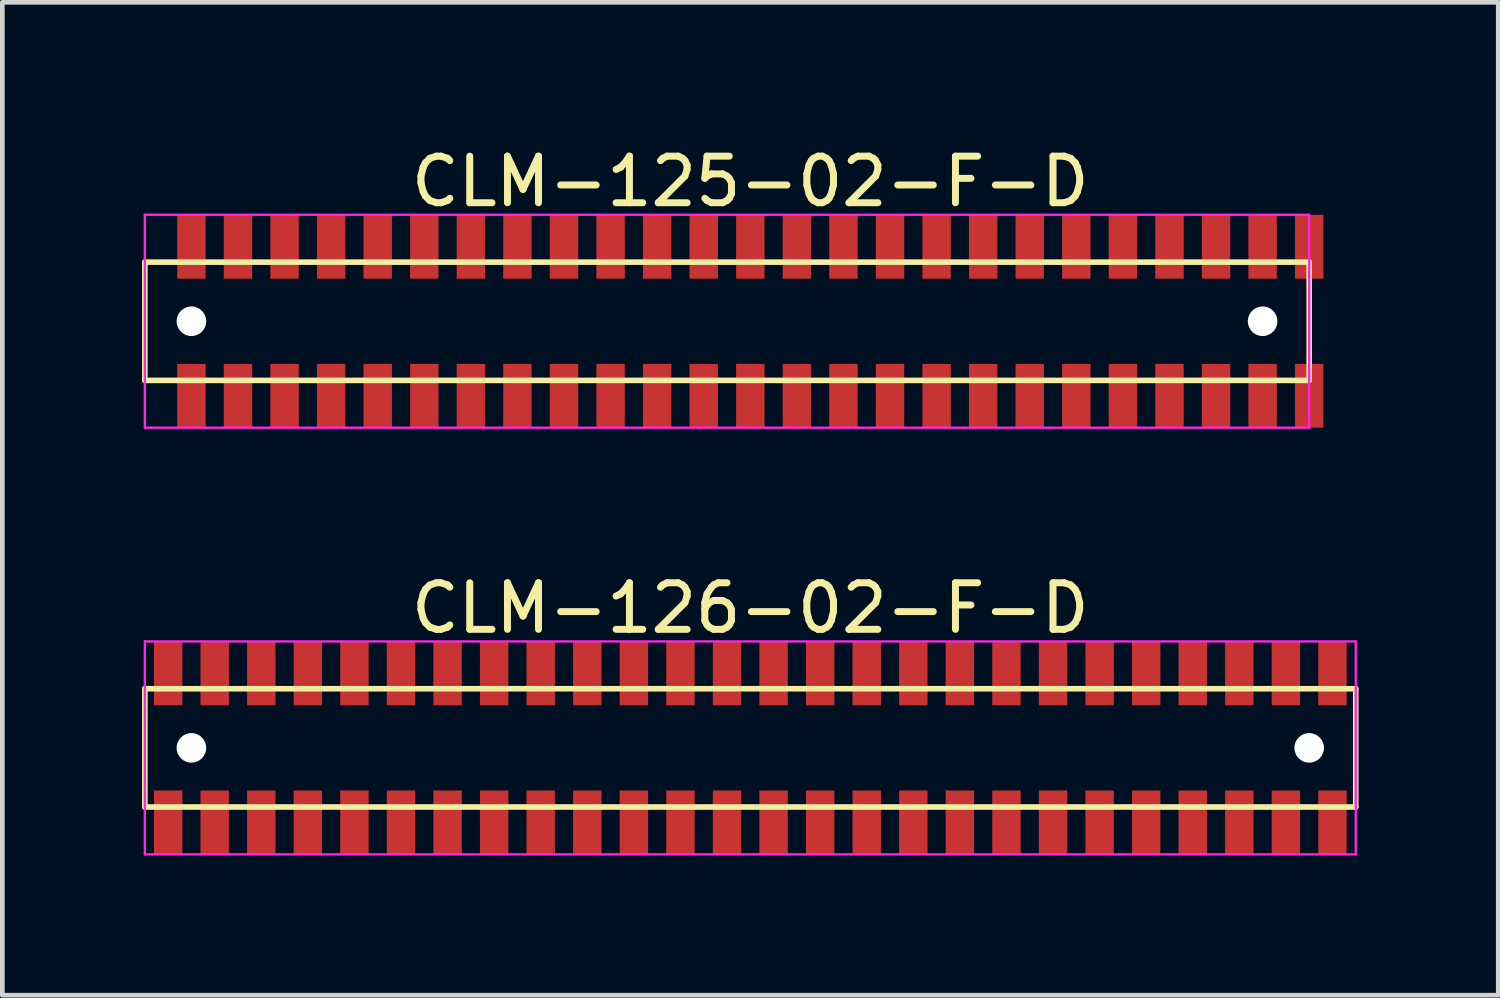
<source format=kicad_pcb>
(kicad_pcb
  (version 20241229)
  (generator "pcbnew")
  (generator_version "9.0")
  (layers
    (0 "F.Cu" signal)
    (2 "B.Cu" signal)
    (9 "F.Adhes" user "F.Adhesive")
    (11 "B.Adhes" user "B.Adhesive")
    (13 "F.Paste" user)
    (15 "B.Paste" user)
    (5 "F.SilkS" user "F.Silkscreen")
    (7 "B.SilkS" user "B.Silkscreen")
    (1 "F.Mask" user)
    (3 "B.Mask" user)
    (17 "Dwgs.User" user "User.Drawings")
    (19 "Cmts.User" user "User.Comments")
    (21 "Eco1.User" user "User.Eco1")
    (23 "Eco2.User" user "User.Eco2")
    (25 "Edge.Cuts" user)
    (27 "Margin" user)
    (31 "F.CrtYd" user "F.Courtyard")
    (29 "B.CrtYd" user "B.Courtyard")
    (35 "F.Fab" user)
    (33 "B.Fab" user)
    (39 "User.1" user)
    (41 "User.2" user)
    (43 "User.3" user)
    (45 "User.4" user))
  (footprint "CLM-126-02-F-D"
    (layer "F.Cu")
    (at 13.06 13.008)
    (property "Reference" "CLM-126-02-F-D" (at 0 -3 0) (layer "F.SilkS") (effects (font (size 1 1) (thickness 0.15))))
    (attr through_hole)
    (fp_line (start -13 -1.27) (end -13 1.27) (stroke (width 0.12) (type solid)) (layer "F.SilkS"))
    (fp_line (start -13 1.27) (end 13 1.27) (stroke (width 0.12) (type solid)) (layer "F.SilkS"))
    (fp_line (start 13 -1.27) (end -13 -1.27) (stroke (width 0.12) (type solid)) (layer "F.SilkS"))
    (fp_line (start 13 1.27) (end 13 -1.27) (stroke (width 0.12) (type solid)) (layer "F.SilkS"))
    (fp_line (start -13 -2.286) (end -13 2.286) (stroke (width 0.05) (type solid)) (layer "F.CrtYd"))
    (fp_line (start -13 2.286) (end 13 2.286) (stroke (width 0.05) (type solid)) (layer "F.CrtYd"))
    (fp_line (start 13 -2.286) (end -13 -2.286) (stroke (width 0.05) (type solid)) (layer "F.CrtYd"))
    (fp_line (start 13 2.286) (end 13 -2.286) (stroke (width 0.05) (type solid)) (layer "F.CrtYd"))
    (pad "" np_thru_hole circle (at -12 0) (size 0.635 0.635) (drill 0.635) (layers "*.Cu" "*.Mask"))
    (pad "" np_thru_hole circle (at 12 0) (size 0.635 0.635) (drill 0.635) (layers "*.Cu" "*.Mask"))
    (pad "1" smd rect (at -12.5 -1.6) (size 0.61 1.37) (layers "F.Cu" "F.Mask" "F.Paste"))
    (pad "2" smd rect (at -12.5 1.6) (size 0.61 1.37) (layers "F.Cu" "F.Mask" "F.Paste"))
    (pad "3" smd rect (at -11.5 -1.6) (size 0.61 1.37) (layers "F.Cu" "F.Mask" "F.Paste"))
    (pad "4" smd rect (at -11.5 1.6) (size 0.61 1.37) (layers "F.Cu" "F.Mask" "F.Paste"))
    (pad "5" smd rect (at -10.5 -1.6) (size 0.61 1.37) (layers "F.Cu" "F.Mask" "F.Paste"))
    (pad "6" smd rect (at -10.5 1.6) (size 0.61 1.37) (layers "F.Cu" "F.Mask" "F.Paste"))
    (pad "7" smd rect (at -9.5 -1.6) (size 0.61 1.37) (layers "F.Cu" "F.Mask" "F.Paste"))
    (pad "8" smd rect (at -9.5 1.6) (size 0.61 1.37) (layers "F.Cu" "F.Mask" "F.Paste"))
    (pad "9" smd rect (at -8.5 -1.6) (size 0.61 1.37) (layers "F.Cu" "F.Mask" "F.Paste"))
    (pad "10" smd rect (at -8.5 1.6) (size 0.61 1.37) (layers "F.Cu" "F.Mask" "F.Paste"))
    (pad "11" smd rect (at -7.5 -1.6) (size 0.61 1.37) (layers "F.Cu" "F.Mask" "F.Paste"))
    (pad "12" smd rect (at -7.5 1.6) (size 0.61 1.37) (layers "F.Cu" "F.Mask" "F.Paste"))
    (pad "13" smd rect (at -6.5 -1.6) (size 0.61 1.37) (layers "F.Cu" "F.Mask" "F.Paste"))
    (pad "14" smd rect (at -6.5 1.6) (size 0.61 1.37) (layers "F.Cu" "F.Mask" "F.Paste"))
    (pad "15" smd rect (at -5.5 -1.6) (size 0.61 1.37) (layers "F.Cu" "F.Mask" "F.Paste"))
    (pad "16" smd rect (at -5.5 1.6) (size 0.61 1.37) (layers "F.Cu" "F.Mask" "F.Paste"))
    (pad "17" smd rect (at -4.5 -1.6) (size 0.61 1.37) (layers "F.Cu" "F.Mask" "F.Paste"))
    (pad "18" smd rect (at -4.5 1.6) (size 0.61 1.37) (layers "F.Cu" "F.Mask" "F.Paste"))
    (pad "19" smd rect (at -3.5 -1.6) (size 0.61 1.37) (layers "F.Cu" "F.Mask" "F.Paste"))
    (pad "20" smd rect (at -3.5 1.6) (size 0.61 1.37) (layers "F.Cu" "F.Mask" "F.Paste"))
    (pad "21" smd rect (at -2.5 -1.6) (size 0.61 1.37) (layers "F.Cu" "F.Mask" "F.Paste"))
    (pad "22" smd rect (at -2.5 1.6) (size 0.61 1.37) (layers "F.Cu" "F.Mask" "F.Paste"))
    (pad "23" smd rect (at -1.5 -1.6) (size 0.61 1.37) (layers "F.Cu" "F.Mask" "F.Paste"))
    (pad "24" smd rect (at -1.5 1.6) (size 0.61 1.37) (layers "F.Cu" "F.Mask" "F.Paste"))
    (pad "25" smd rect (at -0.5 -1.6) (size 0.61 1.37) (layers "F.Cu" "F.Mask" "F.Paste"))
    (pad "26" smd rect (at -0.5 1.6) (size 0.61 1.37) (layers "F.Cu" "F.Mask" "F.Paste"))
    (pad "27" smd rect (at 0.5 -1.6) (size 0.61 1.37) (layers "F.Cu" "F.Mask" "F.Paste"))
    (pad "28" smd rect (at 0.5 1.6) (size 0.61 1.37) (layers "F.Cu" "F.Mask" "F.Paste"))
    (pad "29" smd rect (at 1.5 -1.6) (size 0.61 1.37) (layers "F.Cu" "F.Mask" "F.Paste"))
    (pad "30" smd rect (at 1.5 1.6) (size 0.61 1.37) (layers "F.Cu" "F.Mask" "F.Paste"))
    (pad "31" smd rect (at 2.5 -1.6) (size 0.61 1.37) (layers "F.Cu" "F.Mask" "F.Paste"))
    (pad "32" smd rect (at 2.5 1.6) (size 0.61 1.37) (layers "F.Cu" "F.Mask" "F.Paste"))
    (pad "33" smd rect (at 3.5 -1.6) (size 0.61 1.37) (layers "F.Cu" "F.Mask" "F.Paste"))
    (pad "34" smd rect (at 3.5 1.6) (size 0.61 1.37) (layers "F.Cu" "F.Mask" "F.Paste"))
    (pad "35" smd rect (at 4.5 -1.6) (size 0.61 1.37) (layers "F.Cu" "F.Mask" "F.Paste"))
    (pad "36" smd rect (at 4.5 1.6) (size 0.61 1.37) (layers "F.Cu" "F.Mask" "F.Paste"))
    (pad "37" smd rect (at 5.5 -1.6) (size 0.61 1.37) (layers "F.Cu" "F.Mask" "F.Paste"))
    (pad "38" smd rect (at 5.5 1.6) (size 0.61 1.37) (layers "F.Cu" "F.Mask" "F.Paste"))
    (pad "39" smd rect (at 6.5 -1.6) (size 0.61 1.37) (layers "F.Cu" "F.Mask" "F.Paste"))
    (pad "40" smd rect (at 6.5 1.6) (size 0.61 1.37) (layers "F.Cu" "F.Mask" "F.Paste"))
    (pad "41" smd rect (at 7.5 -1.6) (size 0.61 1.37) (layers "F.Cu" "F.Mask" "F.Paste"))
    (pad "42" smd rect (at 7.5 1.6) (size 0.61 1.37) (layers "F.Cu" "F.Mask" "F.Paste"))
    (pad "43" smd rect (at 8.5 -1.6) (size 0.61 1.37) (layers "F.Cu" "F.Mask" "F.Paste"))
    (pad "44" smd rect (at 8.5 1.6) (size 0.61 1.37) (layers "F.Cu" "F.Mask" "F.Paste"))
    (pad "45" smd rect (at 9.5 -1.6) (size 0.61 1.37) (layers "F.Cu" "F.Mask" "F.Paste"))
    (pad "46" smd rect (at 9.5 1.6) (size 0.61 1.37) (layers "F.Cu" "F.Mask" "F.Paste"))
    (pad "47" smd rect (at 10.5 -1.6) (size 0.61 1.37) (layers "F.Cu" "F.Mask" "F.Paste"))
    (pad "48" smd rect (at 10.5 1.6) (size 0.61 1.37) (layers "F.Cu" "F.Mask" "F.Paste"))
    (pad "49" smd rect (at 11.5 -1.6) (size 0.61 1.37) (layers "F.Cu" "F.Mask" "F.Paste"))
    (pad "50" smd rect (at 11.5 1.6) (size 0.61 1.37) (layers "F.Cu" "F.Mask" "F.Paste"))
    (pad "51" smd rect (at 12.5 -1.6) (size 0.61 1.37) (layers "F.Cu" "F.Mask" "F.Paste"))
    (pad "52" smd rect (at 12.5 1.6) (size 0.61 1.37) (layers "F.Cu" "F.Mask" "F.Paste")))
  (footprint "CLM-125-02-F-D"
    (layer "F.Cu")
    (at 13.06 3.848)
    (property "Reference" "CLM-125-02-F-D" (at 0 -3 0) (layer "F.SilkS") (effects (font (size 1 1) (thickness 0.15))))
    (attr through_hole)
    (fp_line (start -13 -1.27) (end -13 1.27) (stroke (width 0.12) (type solid)) (layer "F.SilkS"))
    (fp_line (start -13 1.27) (end 12 1.27) (stroke (width 0.12) (type solid)) (layer "F.SilkS"))
    (fp_line (start 12 -1.27) (end -13 -1.27) (stroke (width 0.12) (type solid)) (layer "F.SilkS"))
    (fp_line (start 12 1.27) (end 12 -1.27) (stroke (width 0.12) (type solid)) (layer "F.SilkS"))
    (fp_line (start -13 -2.286) (end -13 2.286) (stroke (width 0.05) (type solid)) (layer "F.CrtYd"))
    (fp_line (start -13 2.286) (end 12 2.286) (stroke (width 0.05) (type solid)) (layer "F.CrtYd"))
    (fp_line (start 12 -2.286) (end -13 -2.286) (stroke (width 0.05) (type solid)) (layer "F.CrtYd"))
    (fp_line (start 12 2.286) (end 12 -2.286) (stroke (width 0.05) (type solid)) (layer "F.CrtYd"))
    (pad "" np_thru_hole circle (at -12 0) (size 0.635 0.635) (drill 0.635) (layers "*.Cu" "*.Mask"))
    (pad "" np_thru_hole circle (at 11 0) (size 0.635 0.635) (drill 0.635) (layers "*.Cu" "*.Mask"))
    (pad "1" smd rect (at -12 -1.6) (size 0.61 1.37) (layers "F.Cu" "F.Mask" "F.Paste"))
    (pad "2" smd rect (at -12 1.6) (size 0.61 1.37) (layers "F.Cu" "F.Mask" "F.Paste"))
    (pad "3" smd rect (at -11 -1.6) (size 0.61 1.37) (layers "F.Cu" "F.Mask" "F.Paste"))
    (pad "4" smd rect (at -11 1.6) (size 0.61 1.37) (layers "F.Cu" "F.Mask" "F.Paste"))
    (pad "5" smd rect (at -10 -1.6) (size 0.61 1.37) (layers "F.Cu" "F.Mask" "F.Paste"))
    (pad "6" smd rect (at -10 1.6) (size 0.61 1.37) (layers "F.Cu" "F.Mask" "F.Paste"))
    (pad "7" smd rect (at -9 -1.6) (size 0.61 1.37) (layers "F.Cu" "F.Mask" "F.Paste"))
    (pad "8" smd rect (at -9 1.6) (size 0.61 1.37) (layers "F.Cu" "F.Mask" "F.Paste"))
    (pad "9" smd rect (at -8 -1.6) (size 0.61 1.37) (layers "F.Cu" "F.Mask" "F.Paste"))
    (pad "10" smd rect (at -8 1.6) (size 0.61 1.37) (layers "F.Cu" "F.Mask" "F.Paste"))
    (pad "11" smd rect (at -7 -1.6) (size 0.61 1.37) (layers "F.Cu" "F.Mask" "F.Paste"))
    (pad "12" smd rect (at -7 1.6) (size 0.61 1.37) (layers "F.Cu" "F.Mask" "F.Paste"))
    (pad "13" smd rect (at -6 -1.6) (size 0.61 1.37) (layers "F.Cu" "F.Mask" "F.Paste"))
    (pad "14" smd rect (at -6 1.6) (size 0.61 1.37) (layers "F.Cu" "F.Mask" "F.Paste"))
    (pad "15" smd rect (at -5 -1.6) (size 0.61 1.37) (layers "F.Cu" "F.Mask" "F.Paste"))
    (pad "16" smd rect (at -5 1.6) (size 0.61 1.37) (layers "F.Cu" "F.Mask" "F.Paste"))
    (pad "17" smd rect (at -4 -1.6) (size 0.61 1.37) (layers "F.Cu" "F.Mask" "F.Paste"))
    (pad "18" smd rect (at -4 1.6) (size 0.61 1.37) (layers "F.Cu" "F.Mask" "F.Paste"))
    (pad "19" smd rect (at -3 -1.6) (size 0.61 1.37) (layers "F.Cu" "F.Mask" "F.Paste"))
    (pad "20" smd rect (at -3 1.6) (size 0.61 1.37) (layers "F.Cu" "F.Mask" "F.Paste"))
    (pad "21" smd rect (at -2 -1.6) (size 0.61 1.37) (layers "F.Cu" "F.Mask" "F.Paste"))
    (pad "22" smd rect (at -2 1.6) (size 0.61 1.37) (layers "F.Cu" "F.Mask" "F.Paste"))
    (pad "23" smd rect (at -1 -1.6) (size 0.61 1.37) (layers "F.Cu" "F.Mask" "F.Paste"))
    (pad "24" smd rect (at -1 1.6) (size 0.61 1.37) (layers "F.Cu" "F.Mask" "F.Paste"))
    (pad "25" smd rect (at 0 -1.6) (size 0.61 1.37) (layers "F.Cu" "F.Mask" "F.Paste"))
    (pad "26" smd rect (at 0 1.6) (size 0.61 1.37) (layers "F.Cu" "F.Mask" "F.Paste"))
    (pad "27" smd rect (at 1 -1.6) (size 0.61 1.37) (layers "F.Cu" "F.Mask" "F.Paste"))
    (pad "28" smd rect (at 1 1.6) (size 0.61 1.37) (layers "F.Cu" "F.Mask" "F.Paste"))
    (pad "29" smd rect (at 2 -1.6) (size 0.61 1.37) (layers "F.Cu" "F.Mask" "F.Paste"))
    (pad "30" smd rect (at 2 1.6) (size 0.61 1.37) (layers "F.Cu" "F.Mask" "F.Paste"))
    (pad "31" smd rect (at 3 -1.6) (size 0.61 1.37) (layers "F.Cu" "F.Mask" "F.Paste"))
    (pad "32" smd rect (at 3 1.6) (size 0.61 1.37) (layers "F.Cu" "F.Mask" "F.Paste"))
    (pad "33" smd rect (at 4 -1.6) (size 0.61 1.37) (layers "F.Cu" "F.Mask" "F.Paste"))
    (pad "34" smd rect (at 4 1.6) (size 0.61 1.37) (layers "F.Cu" "F.Mask" "F.Paste"))
    (pad "35" smd rect (at 5 -1.6) (size 0.61 1.37) (layers "F.Cu" "F.Mask" "F.Paste"))
    (pad "36" smd rect (at 5 1.6) (size 0.61 1.37) (layers "F.Cu" "F.Mask" "F.Paste"))
    (pad "37" smd rect (at 6 -1.6) (size 0.61 1.37) (layers "F.Cu" "F.Mask" "F.Paste"))
    (pad "38" smd rect (at 6 1.6) (size 0.61 1.37) (layers "F.Cu" "F.Mask" "F.Paste"))
    (pad "39" smd rect (at 7 -1.6) (size 0.61 1.37) (layers "F.Cu" "F.Mask" "F.Paste"))
    (pad "40" smd rect (at 7 1.6) (size 0.61 1.37) (layers "F.Cu" "F.Mask" "F.Paste"))
    (pad "41" smd rect (at 8 -1.6) (size 0.61 1.37) (layers "F.Cu" "F.Mask" "F.Paste"))
    (pad "42" smd rect (at 8 1.6) (size 0.61 1.37) (layers "F.Cu" "F.Mask" "F.Paste"))
    (pad "43" smd rect (at 9 -1.6) (size 0.61 1.37) (layers "F.Cu" "F.Mask" "F.Paste"))
    (pad "44" smd rect (at 9 1.6) (size 0.61 1.37) (layers "F.Cu" "F.Mask" "F.Paste"))
    (pad "45" smd rect (at 10 -1.6) (size 0.61 1.37) (layers "F.Cu" "F.Mask" "F.Paste"))
    (pad "46" smd rect (at 10 1.6) (size 0.61 1.37) (layers "F.Cu" "F.Mask" "F.Paste"))
    (pad "47" smd rect (at 11 -1.6) (size 0.61 1.37) (layers "F.Cu" "F.Mask" "F.Paste"))
    (pad "48" smd rect (at 11 1.6) (size 0.61 1.37) (layers "F.Cu" "F.Mask" "F.Paste"))
    (pad "49" smd rect (at 12 -1.6) (size 0.61 1.37) (layers "F.Cu" "F.Mask" "F.Paste"))
    (pad "50" smd rect (at 12 1.6) (size 0.61 1.37) (layers "F.Cu" "F.Mask" "F.Paste")))
  (gr_rect
    (start -3 -3)
    (end 29.12 18.319)
    (stroke (width 0.1) (type default))
    (fill no)
    (layer "Edge.Cuts")))
</source>
